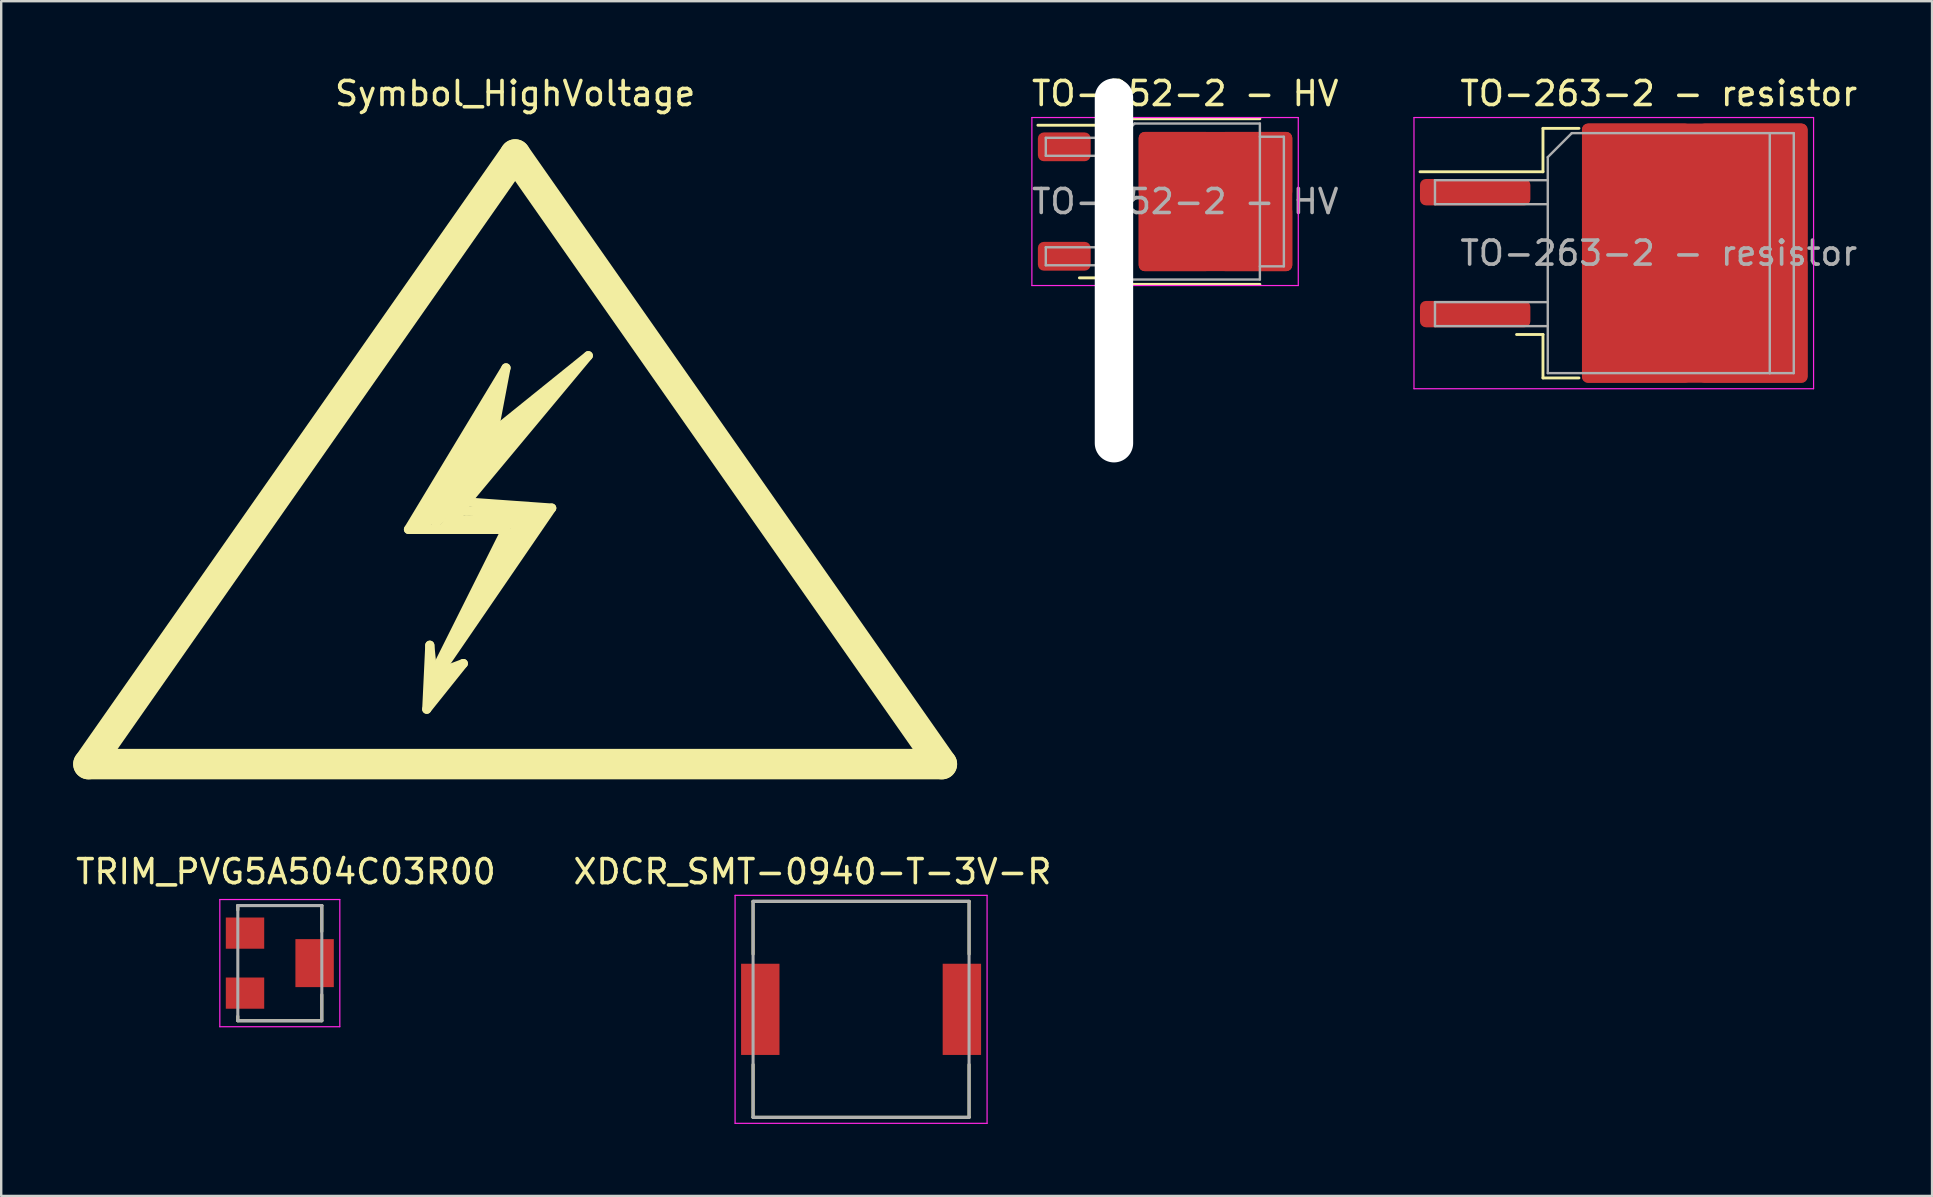
<source format=kicad_pcb>
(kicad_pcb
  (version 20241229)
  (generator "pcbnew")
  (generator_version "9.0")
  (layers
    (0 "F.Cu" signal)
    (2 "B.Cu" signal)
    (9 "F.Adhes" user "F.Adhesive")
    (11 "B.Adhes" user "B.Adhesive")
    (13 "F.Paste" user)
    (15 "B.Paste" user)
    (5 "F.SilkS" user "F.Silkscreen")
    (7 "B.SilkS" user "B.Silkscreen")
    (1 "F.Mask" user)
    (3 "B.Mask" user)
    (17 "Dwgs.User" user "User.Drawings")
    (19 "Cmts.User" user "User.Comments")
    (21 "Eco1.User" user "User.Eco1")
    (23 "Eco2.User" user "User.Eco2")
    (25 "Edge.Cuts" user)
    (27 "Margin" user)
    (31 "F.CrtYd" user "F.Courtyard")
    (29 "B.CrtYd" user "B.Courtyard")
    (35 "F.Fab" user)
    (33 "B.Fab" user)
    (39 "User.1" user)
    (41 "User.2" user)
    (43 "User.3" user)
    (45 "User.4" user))
  (footprint "TO-252-2 - HV"
    (layer "F.Cu")
    (at 46.336 5.348)
    (property "Reference" "TO-252-2 - HV" (at 0 -4.5 0) (layer "F.SilkS") (effects (font (size 1 1) (thickness 0.15))))
    (attr smd)
    (fp_line (start -3.31 -3.45) (end -3.31 -3.18) (stroke (width 0.12) (type solid)) (layer "F.SilkS"))
    (fp_line (start -3.31 -3.18) (end -6.14 -3.18) (stroke (width 0.12) (type solid)) (layer "F.SilkS"))
    (fp_line (start -3.31 3.18) (end -4.41 3.18) (stroke (width 0.12) (type solid)) (layer "F.SilkS"))
    (fp_line (start -3.31 3.45) (end -3.31 3.18) (stroke (width 0.12) (type solid)) (layer "F.SilkS"))
    (fp_line (start 3.11 -3.45) (end -3.31 -3.45) (stroke (width 0.12) (type solid)) (layer "F.SilkS"))
    (fp_line (start 3.11 3.45) (end -3.31 3.45) (stroke (width 0.12) (type solid)) (layer "F.SilkS"))
    (fp_line (start -6.39 -3.5) (end -6.39 3.5) (stroke (width 0.05) (type solid)) (layer "F.CrtYd"))
    (fp_line (start -6.39 3.5) (end 4.71 3.5) (stroke (width 0.05) (type solid)) (layer "F.CrtYd"))
    (fp_line (start 4.71 -3.5) (end -6.39 -3.5) (stroke (width 0.05) (type solid)) (layer "F.CrtYd"))
    (fp_line (start 4.71 3.5) (end 4.71 -3.5) (stroke (width 0.05) (type solid)) (layer "F.CrtYd"))
    (fp_line (start -5.81 -2.655) (end -5.81 -1.905) (stroke (width 0.1) (type solid)) (layer "F.Fab"))
    (fp_line (start -5.81 -1.905) (end -3.11 -1.905) (stroke (width 0.1) (type solid)) (layer "F.Fab"))
    (fp_line (start -5.81 1.905) (end -5.81 2.655) (stroke (width 0.1) (type solid)) (layer "F.Fab"))
    (fp_line (start -5.81 2.655) (end -3.11 2.655) (stroke (width 0.1) (type solid)) (layer "F.Fab"))
    (fp_line (start -3.11 -2.25) (end -2.11 -3.25) (stroke (width 0.1) (type solid)) (layer "F.Fab"))
    (fp_line (start -3.11 1.905) (end -5.81 1.905) (stroke (width 0.1) (type solid)) (layer "F.Fab"))
    (fp_line (start -3.07 3.25) (end -3.07 -2.25) (stroke (width 0.1) (type solid)) (layer "F.Fab"))
    (fp_line (start -2.705 -2.655) (end -5.81 -2.655) (stroke (width 0.1) (type solid)) (layer "F.Fab"))
    (fp_line (start -2.11 -3.25) (end 3.11 -3.25) (stroke (width 0.1) (type solid)) (layer "F.Fab"))
    (fp_line (start 3.11 -3.25) (end 3.11 3.25) (stroke (width 0.1) (type solid)) (layer "F.Fab"))
    (fp_line (start 3.11 -2.7) (end 4.11 -2.7) (stroke (width 0.1) (type solid)) (layer "F.Fab"))
    (fp_line (start 3.11 3.25) (end -3.11 3.25) (stroke (width 0.1) (type solid)) (layer "F.Fab"))
    (fp_line (start 4.11 -2.7) (end 4.11 2.7) (stroke (width 0.1) (type solid)) (layer "F.Fab"))
    (fp_line (start 4.11 2.7) (end 3.11 2.7) (stroke (width 0.1) (type solid)) (layer "F.Fab"))
    (fp_text user "${REFERENCE}" (at 0 0 0) (layer "F.Fab") (effects (font (size 1 1) (thickness 0.15))))
    (pad "" np_thru_hole oval (at -2.97 2.87) (size 1.6 16) (drill oval 1.6 16) (layers "*.Cu" "*.Mask"))
    (pad "1" smd roundrect (at -5.04 -2.28) (size 2.2 1.2) (layers "F.Cu" "F.Mask" "F.Paste") (roundrect_rratio 0.208))
    (pad "2" smd roundrect (at -0.415 -1.525) (size 3.05 2.75) (layers "F.Cu" "F.Paste") (roundrect_rratio 0.091))
    (pad "2" smd roundrect (at -0.415 1.525) (size 3.05 2.75) (layers "F.Cu" "F.Paste") (roundrect_rratio 0.091))
    (pad "2" smd roundrect (at 1.26 0) (size 6.4 5.8) (layers "F.Cu" "F.Mask") (roundrect_rratio 0.043))
    (pad "2" smd roundrect (at 2.935 -1.525) (size 3.05 2.75) (layers "F.Cu" "F.Paste") (roundrect_rratio 0.091))
    (pad "2" smd roundrect (at 2.935 1.525) (size 3.05 2.75) (layers "F.Cu" "F.Paste") (roundrect_rratio 0.091))
    (pad "3" smd roundrect (at -5.04 2.28) (size 2.2 1.2) (layers "F.Cu" "F.Mask" "F.Paste") (roundrect_rratio 0.208)))
  (footprint "TO-263-2 - resistor"
    (layer "F.Cu")
    (at 66.067 7.498)
    (property "Reference" "TO-263-2 - resistor" (at 0 -6.65 0) (layer "F.SilkS") (effects (font (size 1 1) (thickness 0.15))))
    (attr smd)
    (fp_line (start -4.825 -5.2) (end -4.825 -3.39) (stroke (width 0.12) (type solid)) (layer "F.SilkS"))
    (fp_line (start -4.825 -3.39) (end -9.95 -3.39) (stroke (width 0.12) (type solid)) (layer "F.SilkS"))
    (fp_line (start -4.825 3.39) (end -5.925 3.39) (stroke (width 0.12) (type solid)) (layer "F.SilkS"))
    (fp_line (start -4.825 5.2) (end -4.825 3.39) (stroke (width 0.12) (type solid)) (layer "F.SilkS"))
    (fp_line (start -3.325 -5.2) (end -4.825 -5.2) (stroke (width 0.12) (type solid)) (layer "F.SilkS"))
    (fp_line (start -3.325 5.2) (end -4.825 5.2) (stroke (width 0.12) (type solid)) (layer "F.SilkS"))
    (fp_line (start -10.2 -5.65) (end -10.2 5.65) (stroke (width 0.05) (type solid)) (layer "F.CrtYd"))
    (fp_line (start -10.2 5.65) (end 6.45 5.65) (stroke (width 0.05) (type solid)) (layer "F.CrtYd"))
    (fp_line (start 6.45 -5.65) (end -10.2 -5.65) (stroke (width 0.05) (type solid)) (layer "F.CrtYd"))
    (fp_line (start 6.45 5.65) (end 6.45 -5.65) (stroke (width 0.05) (type solid)) (layer "F.CrtYd"))
    (fp_line (start -9.325 -3.04) (end -9.325 -2.04) (stroke (width 0.1) (type solid)) (layer "F.Fab"))
    (fp_line (start -9.325 -2.04) (end -4.625 -2.04) (stroke (width 0.1) (type solid)) (layer "F.Fab"))
    (fp_line (start -9.325 2.04) (end -9.325 3.04) (stroke (width 0.1) (type solid)) (layer "F.Fab"))
    (fp_line (start -9.325 3.04) (end -4.625 3.04) (stroke (width 0.1) (type solid)) (layer "F.Fab"))
    (fp_line (start -4.625 -4) (end -3.625 -5) (stroke (width 0.1) (type solid)) (layer "F.Fab"))
    (fp_line (start -4.625 -3.04) (end -9.325 -3.04) (stroke (width 0.1) (type solid)) (layer "F.Fab"))
    (fp_line (start -4.625 2.04) (end -9.325 2.04) (stroke (width 0.1) (type solid)) (layer "F.Fab"))
    (fp_line (start -4.625 5) (end -4.625 -4) (stroke (width 0.1) (type solid)) (layer "F.Fab"))
    (fp_line (start -3.625 -5) (end 4.625 -5) (stroke (width 0.1) (type solid)) (layer "F.Fab"))
    (fp_line (start 4.625 -5) (end 4.625 5) (stroke (width 0.1) (type solid)) (layer "F.Fab"))
    (fp_line (start 4.625 -5) (end 5.625 -5) (stroke (width 0.1) (type solid)) (layer "F.Fab"))
    (fp_line (start 4.625 5) (end -4.625 5) (stroke (width 0.1) (type solid)) (layer "F.Fab"))
    (fp_line (start 5.625 -5) (end 5.625 5) (stroke (width 0.1) (type solid)) (layer "F.Fab"))
    (fp_line (start 5.625 5) (end 4.625 5) (stroke (width 0.1) (type solid)) (layer "F.Fab"))
    (fp_text user "${REFERENCE}" (at 0 0 0) (layer "F.Fab") (effects (font (size 1 1) (thickness 0.15))))
    (pad "1" smd roundrect (at -7.65 -2.54) (size 4.6 1.1) (layers "F.Cu" "F.Mask" "F.Paste") (roundrect_rratio 0.227))
    (pad "2" smd roundrect (at -7.65 2.54) (size 4.6 1.1) (layers "F.Cu" "F.Mask" "F.Paste") (roundrect_rratio 0.227))
    (pad "2" smd roundrect (at -0.925 -2.775) (size 4.55 5.25) (layers "F.Cu" "F.Paste") (roundrect_rratio 0.055))
    (pad "2" smd roundrect (at -0.925 2.775) (size 4.55 5.25) (layers "F.Cu" "F.Paste") (roundrect_rratio 0.055))
    (pad "2" smd roundrect (at 1.5 0) (size 9.4 10.8) (layers "F.Cu" "F.Mask") (roundrect_rratio 0.027))
    (pad "2" smd roundrect (at 3.925 -2.775) (size 4.55 5.25) (layers "F.Cu" "F.Paste") (roundrect_rratio 0.055))
    (pad "2" smd roundrect (at 3.925 2.775) (size 4.55 5.25) (layers "F.Cu" "F.Paste") (roundrect_rratio 0.055)))
  (footprint "Symbol_HighVoltage"
    (layer "F.Cu")
    (at 18.415 18.628)
    (property "Reference" "Symbol_HighVoltage" (at 0 -17.78 0) (layer "F.SilkS") (effects (font (size 1 1) (thickness 0.15))))
    (attr exclude_from_pos_files exclude_from_bom)
    (fp_line (start -17.78 10.16) (end 0 -15.24) (stroke (width 1.27) (type solid)) (layer "F.SilkS"))
    (fp_line (start -4.445 0.381) (end -0.381 0.381) (stroke (width 0.381) (type solid)) (layer "F.SilkS"))
    (fp_line (start -4.064 0.254) (end -0.889 -4.318) (stroke (width 0.381) (type solid)) (layer "F.SilkS"))
    (fp_line (start -3.683 0.127) (end -1.016 -3.556) (stroke (width 0.381) (type solid)) (layer "F.SilkS"))
    (fp_line (start -3.683 7.874) (end -2.159 5.969) (stroke (width 0.381) (type solid)) (layer "F.SilkS"))
    (fp_line (start -3.556 5.207) (end -3.683 7.874) (stroke (width 0.381) (type solid)) (layer "F.SilkS"))
    (fp_line (start -3.556 7.239) (end -3.175 6.35) (stroke (width 0.381) (type solid)) (layer "F.SilkS"))
    (fp_line (start -3.429 6.477) (end -3.556 5.207) (stroke (width 0.381) (type solid)) (layer "F.SilkS"))
    (fp_line (start -3.302 0.127) (end 1.397 -5.207) (stroke (width 0.381) (type solid)) (layer "F.SilkS"))
    (fp_line (start -3.175 6.096) (end -3.048 6.223) (stroke (width 0.381) (type solid)) (layer "F.SilkS"))
    (fp_line (start -3.175 6.35) (end -3.048 5.969) (stroke (width 0.381) (type solid)) (layer "F.SilkS"))
    (fp_line (start -3.175 6.35) (end 1.524 -0.508) (stroke (width 0.381) (type solid)) (layer "F.SilkS"))
    (fp_line (start -3.048 5.969) (end -3.175 6.096) (stroke (width 0.381) (type solid)) (layer "F.SilkS"))
    (fp_line (start -2.921 0.254) (end 0.762 0.127) (stroke (width 0.381) (type solid)) (layer "F.SilkS"))
    (fp_line (start -2.794 6.477) (end -3.556 7.239) (stroke (width 0.381) (type solid)) (layer "F.SilkS"))
    (fp_line (start -2.667 5.461) (end 0.127 0.127) (stroke (width 0.381) (type solid)) (layer "F.SilkS"))
    (fp_line (start -2.413 0) (end 0.635 -0.127) (stroke (width 0.381) (type solid)) (layer "F.SilkS"))
    (fp_line (start -2.286 -1.524) (end 0.254 -4.445) (stroke (width 0.381) (type solid)) (layer "F.SilkS"))
    (fp_line (start -2.286 -1.016) (end -2.032 -0.381) (stroke (width 0.381) (type solid)) (layer "F.SilkS"))
    (fp_line (start -2.286 -0.381) (end -2.413 0) (stroke (width 0.381) (type solid)) (layer "F.SilkS"))
    (fp_line (start -2.159 5.969) (end -3.175 6.35) (stroke (width 0.381) (type solid)) (layer "F.SilkS"))
    (fp_line (start -2.032 -0.762) (end 3.048 -6.858) (stroke (width 0.381) (type solid)) (layer "F.SilkS"))
    (fp_line (start -1.016 -3.556) (end -3.302 0.127) (stroke (width 0.381) (type solid)) (layer "F.SilkS"))
    (fp_line (start -0.889 -4.318) (end -3.683 0.127) (stroke (width 0.381) (type solid)) (layer "F.SilkS"))
    (fp_line (start -0.889 -3.683) (end -0.381 -6.35) (stroke (width 0.381) (type solid)) (layer "F.SilkS"))
    (fp_line (start -0.762 -5.588) (end -0.889 -4.953) (stroke (width 0.381) (type solid)) (layer "F.SilkS"))
    (fp_line (start -0.762 -5.08) (end -4.064 0.254) (stroke (width 0.381) (type solid)) (layer "F.SilkS"))
    (fp_line (start -0.381 -6.35) (end -4.445 0.381) (stroke (width 0.381) (type solid)) (layer "F.SilkS"))
    (fp_line (start -0.381 0.381) (end -3.429 6.477) (stroke (width 0.381) (type solid)) (layer "F.SilkS"))
    (fp_line (start 0 -15.24) (end 17.78 10.16) (stroke (width 1.27) (type solid)) (layer "F.SilkS"))
    (fp_line (start 0.127 0.127) (end 0.762 0.127) (stroke (width 0.381) (type solid)) (layer "F.SilkS"))
    (fp_line (start 0.254 -4.445) (end -2.921 0.254) (stroke (width 0.381) (type solid)) (layer "F.SilkS"))
    (fp_line (start 0.635 -0.127) (end -2.667 5.461) (stroke (width 0.381) (type solid)) (layer "F.SilkS"))
    (fp_line (start 0.762 0.127) (end -0.508 2.159) (stroke (width 0.381) (type solid)) (layer "F.SilkS"))
    (fp_line (start 0.762 0.127) (end 1.143 -0.381) (stroke (width 0.381) (type solid)) (layer "F.SilkS"))
    (fp_line (start 1.143 -0.381) (end -2.286 -0.381) (stroke (width 0.381) (type solid)) (layer "F.SilkS"))
    (fp_line (start 1.397 -5.207) (end -2.286 -1.524) (stroke (width 0.381) (type solid)) (layer "F.SilkS"))
    (fp_line (start 1.524 -0.508) (end -2.032 -0.762) (stroke (width 0.381) (type solid)) (layer "F.SilkS"))
    (fp_line (start 1.778 -5.461) (end -1.143 -3.175) (stroke (width 0.381) (type solid)) (layer "F.SilkS"))
    (fp_line (start 3.048 -6.858) (end -0.889 -3.683) (stroke (width 0.381) (type solid)) (layer "F.SilkS"))
    (fp_line (start 17.78 10.16) (end -17.78 10.16) (stroke (width 1.27) (type solid)) (layer "F.SilkS")))
  (footprint "XDCR_SMT-0940-T-3V-R"
    (layer "F.Cu")
    (at 32.829 39.007)
    (property "Reference" "XDCR_SMT-0940-T-3V-R" (at -2.025 -5.735 0) (layer "F.SilkS") (effects (font (size 1 1) (thickness 0.15))))
    (attr smd)
    (fp_line (start -4.5 -4.5) (end 4.5 -4.5) (stroke (width 0.127) (type solid)) (layer "F.SilkS"))
    (fp_line (start -4.5 -2.3) (end -4.5 -4.5) (stroke (width 0.127) (type solid)) (layer "F.SilkS"))
    (fp_line (start -4.5 4.5) (end -4.5 2.3) (stroke (width 0.127) (type solid)) (layer "F.SilkS"))
    (fp_line (start 4.5 -4.5) (end 4.5 -2.3) (stroke (width 0.127) (type solid)) (layer "F.SilkS"))
    (fp_line (start 4.5 2.3) (end 4.5 4.5) (stroke (width 0.127) (type solid)) (layer "F.SilkS"))
    (fp_line (start 4.5 4.5) (end -4.5 4.5) (stroke (width 0.127) (type solid)) (layer "F.SilkS"))
    (fp_line (start -5.25 -4.75) (end 5.25 -4.75) (stroke (width 0.05) (type solid)) (layer "F.CrtYd"))
    (fp_line (start -5.25 4.75) (end -5.25 -4.75) (stroke (width 0.05) (type solid)) (layer "F.CrtYd"))
    (fp_line (start 5.25 -4.75) (end 5.25 4.75) (stroke (width 0.05) (type solid)) (layer "F.CrtYd"))
    (fp_line (start 5.25 4.75) (end -5.25 4.75) (stroke (width 0.05) (type solid)) (layer "F.CrtYd"))
    (fp_line (start -4.5 -4.5) (end 4.5 -4.5) (stroke (width 0.127) (type solid)) (layer "F.Fab"))
    (fp_line (start -4.5 4.5) (end -4.5 -4.5) (stroke (width 0.127) (type solid)) (layer "F.Fab"))
    (fp_line (start 4.5 -4.5) (end 4.5 4.5) (stroke (width 0.127) (type solid)) (layer "F.Fab"))
    (fp_line (start 4.5 4.5) (end -4.5 4.5) (stroke (width 0.127) (type solid)) (layer "F.Fab"))
    (pad "1" smd rect (at -4.2 0) (size 1.6 3.8) (layers "F.Cu" "F.Mask" "F.Paste"))
    (pad "2" smd rect (at 4.2 0) (size 1.6 3.8) (layers "F.Cu" "F.Mask" "F.Paste")))
  (footprint "TRIM_PVG5A504C03R00"
    (layer "F.Cu")
    (at 8.609 37.081)
    (property "Reference" "TRIM_PVG5A504C03R00" (at 0.254 -3.81 0) (layer "F.SilkS") (effects (font (size 1 1) (thickness 0.15))))
    (attr smd)
    (fp_line (start -1.75 -2.4) (end -1.75 -2.215) (stroke (width 0.127) (type solid)) (layer "F.SilkS"))
    (fp_line (start -1.75 2.215) (end -1.75 2.4) (stroke (width 0.127) (type solid)) (layer "F.SilkS"))
    (fp_line (start -1.75 2.4) (end 1.75 2.4) (stroke (width 0.127) (type solid)) (layer "F.SilkS"))
    (fp_line (start 1.75 -2.4) (end -1.75 -2.4) (stroke (width 0.127) (type solid)) (layer "F.SilkS"))
    (fp_line (start 1.75 -1.315) (end 1.75 -2.4) (stroke (width 0.127) (type solid)) (layer "F.SilkS"))
    (fp_line (start 1.75 2.4) (end 1.75 1.315) (stroke (width 0.127) (type solid)) (layer "F.SilkS"))
    (fp_line (start -2.5 -2.65) (end 2.5 -2.65) (stroke (width 0.05) (type solid)) (layer "F.CrtYd"))
    (fp_line (start -2.5 2.65) (end -2.5 -2.65) (stroke (width 0.05) (type solid)) (layer "F.CrtYd"))
    (fp_line (start 2.5 -2.65) (end 2.5 2.65) (stroke (width 0.05) (type solid)) (layer "F.CrtYd"))
    (fp_line (start 2.5 2.65) (end -2.5 2.65) (stroke (width 0.05) (type solid)) (layer "F.CrtYd"))
    (fp_line (start -1.75 -2.4) (end 1.75 -2.4) (stroke (width 0.127) (type solid)) (layer "F.Fab"))
    (fp_line (start -1.75 2.4) (end -1.75 -2.4) (stroke (width 0.127) (type solid)) (layer "F.Fab"))
    (fp_line (start 1.75 -2.4) (end 1.75 2.4) (stroke (width 0.127) (type solid)) (layer "F.Fab"))
    (fp_line (start 1.75 2.4) (end -1.75 2.4) (stroke (width 0.127) (type solid)) (layer "F.Fab"))
    (pad "1" smd rect (at -1.45 -1.25) (size 1.6 1.3) (layers "F.Cu" "F.Mask" "F.Paste"))
    (pad "2" smd rect (at 1.45 0) (size 1.6 2) (layers "F.Cu" "F.Mask" "F.Paste"))
    (pad "3" smd rect (at -1.45 1.25) (size 1.6 1.3) (layers "F.Cu" "F.Mask" "F.Paste")))
  (gr_rect
    (start -3 -3)
    (end 77.454 46.782)
    (stroke (width 0.1) (type default))
    (fill no)
    (layer "Edge.Cuts")))
</source>
